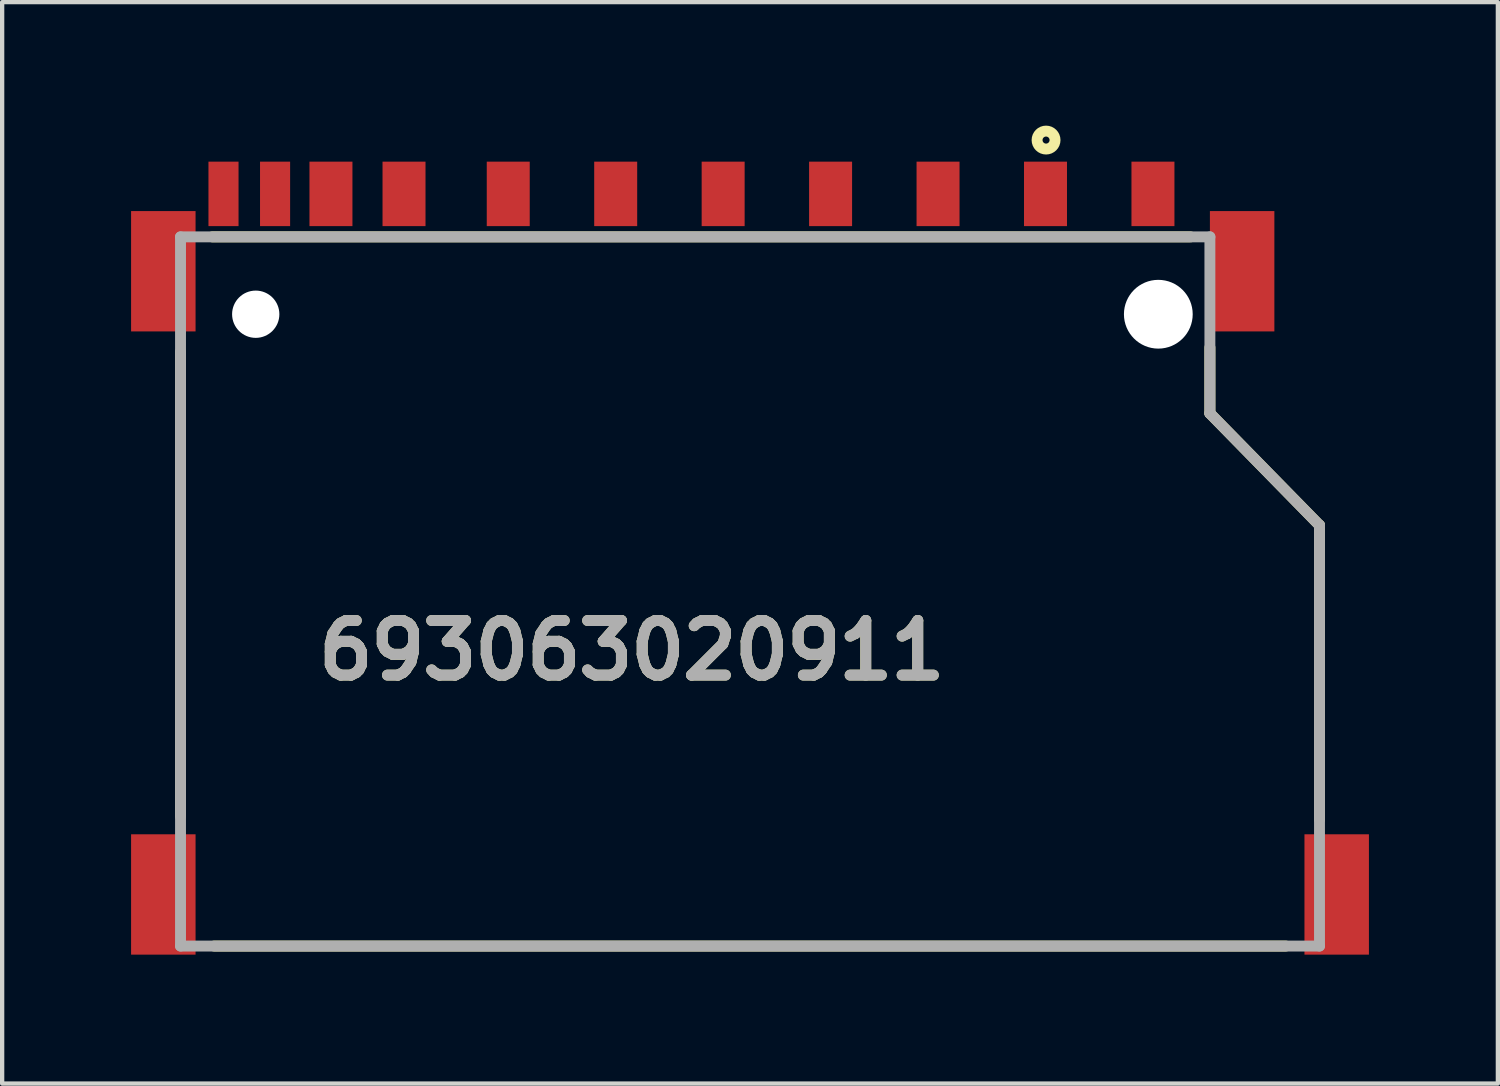
<source format=kicad_pcb>
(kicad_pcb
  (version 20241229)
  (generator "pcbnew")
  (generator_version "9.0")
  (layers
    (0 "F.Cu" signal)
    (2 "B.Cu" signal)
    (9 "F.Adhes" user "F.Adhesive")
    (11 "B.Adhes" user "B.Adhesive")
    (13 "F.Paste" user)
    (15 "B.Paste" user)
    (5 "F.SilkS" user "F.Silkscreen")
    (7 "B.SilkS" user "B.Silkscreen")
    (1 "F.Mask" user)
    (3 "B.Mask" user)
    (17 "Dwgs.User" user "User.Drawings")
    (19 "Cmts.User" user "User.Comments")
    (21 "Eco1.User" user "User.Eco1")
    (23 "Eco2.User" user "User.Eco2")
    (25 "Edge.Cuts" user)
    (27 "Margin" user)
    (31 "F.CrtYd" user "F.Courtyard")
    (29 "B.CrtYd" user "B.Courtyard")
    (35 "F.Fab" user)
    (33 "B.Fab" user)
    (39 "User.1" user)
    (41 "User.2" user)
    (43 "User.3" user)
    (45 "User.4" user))
  (footprint "693063020911"
    (layer "F.Cu")
    (at 14.4 2.461)
    (property "Reference" "693063020911" (at -2.75 9.622 0) (layer "F.SilkS") (effects (font (size 1.27 1.27) (thickness 0.254))))
    (attr through_hole)
    (fp_line (start -13.25 2.675) (end -13.25 13.477) (stroke (width 0.254) (type solid)) (layer "F.SilkS"))
    (fp_line (start -12.511 0) (end 10.25 0) (stroke (width 0.254) (type solid)) (layer "F.SilkS"))
    (fp_line (start -12.468 16.5) (end 12.466 16.5) (stroke (width 0.254) (type solid)) (layer "F.SilkS"))
    (fp_line (start 10.7 4.106) (end 10.7 2.574) (stroke (width 0.254) (type solid)) (layer "F.SilkS"))
    (fp_line (start 10.7 4.106) (end 13.25 6.71) (stroke (width 0.254) (type solid)) (layer "F.SilkS"))
    (fp_line (start 13.25 6.71) (end 13.25 13.557) (stroke (width 0.254) (type solid)) (layer "F.SilkS"))
    (fp_circle (center 6.888 -2.252) (end 6.888 -2.17) (stroke (width 0.254) (type solid)) (fill no) (layer "F.SilkS"))
    (fp_line (start -13.25 0) (end -13.25 16.5) (stroke (width 0.254) (type solid)) (layer "F.Fab"))
    (fp_line (start -13.25 0) (end 10.7 0) (stroke (width 0.254) (type solid)) (layer "F.Fab"))
    (fp_line (start -13.25 16.5) (end 13.25 16.5) (stroke (width 0.254) (type solid)) (layer "F.Fab"))
    (fp_line (start 10.7 0) (end 10.7 4.106) (stroke (width 0.254) (type solid)) (layer "F.Fab"))
    (fp_line (start 10.7 4.106) (end 13.25 6.71) (stroke (width 0.254) (type solid)) (layer "F.Fab"))
    (fp_line (start 13.25 16.5) (end 13.25 6.71) (stroke (width 0.254) (type solid)) (layer "F.Fab"))
    (fp_text user "${REFERENCE}" (at -2.75 9.622 0) (layer "F.Fab") (effects (font (size 1.27 1.27) (thickness 0.254))))
    (pad "" np_thru_hole circle (at -11.5 1.8) (size 1.1 1.1) (drill 1.1) (layers "*.Cu" "*.Mask"))
    (pad "" np_thru_hole circle (at 9.5 1.8) (size 1.6 1.6) (drill 1.6) (layers "*.Cu" "*.Mask"))
    (pad "1" smd rect (at 6.875 -1) (size 1 1.5) (layers "F.Cu" "F.Mask" "F.Paste"))
    (pad "2" smd rect (at 4.375 -1) (size 1 1.5) (layers "F.Cu" "F.Mask" "F.Paste"))
    (pad "3" smd rect (at 1.875 -1) (size 1 1.5) (layers "F.Cu" "F.Mask" "F.Paste"))
    (pad "4" smd rect (at -0.625 -1) (size 1 1.5) (layers "F.Cu" "F.Mask" "F.Paste"))
    (pad "5" smd rect (at -3.125 -1) (size 1 1.5) (layers "F.Cu" "F.Mask" "F.Paste"))
    (pad "6" smd rect (at -5.625 -1) (size 1 1.5) (layers "F.Cu" "F.Mask" "F.Paste"))
    (pad "7" smd rect (at -8.05 -1) (size 1 1.5) (layers "F.Cu" "F.Mask" "F.Paste"))
    (pad "8" smd rect (at -9.75 -1) (size 1 1.5) (layers "F.Cu" "F.Mask" "F.Paste"))
    (pad "9" smd rect (at 9.375 -1) (size 1 1.5) (layers "F.Cu" "F.Mask" "F.Paste"))
    (pad "10" smd rect (at -11.05 -1) (size 0.7 1.5) (layers "F.Cu" "F.Mask" "F.Paste"))
    (pad "11" smd rect (at -12.25 -1) (size 0.7 1.5) (layers "F.Cu" "F.Mask" "F.Paste"))
    (pad "12" smd rect (at -13.65 0.8) (size 1.5 2.8) (layers "F.Cu" "F.Mask" "F.Paste"))
    (pad "13" smd rect (at 11.45 0.8) (size 1.5 2.8) (layers "F.Cu" "F.Mask" "F.Paste"))
    (pad "14" smd rect (at -13.65 15.3) (size 1.5 2.8) (layers "F.Cu" "F.Mask" "F.Paste"))
    (pad "15" smd rect (at 13.65 15.3) (size 1.5 2.8) (layers "F.Cu" "F.Mask" "F.Paste")))
  (gr_rect
    (start -3 -3)
    (end 31.8 22.161)
    (stroke (width 0.1) (type default))
    (fill no)
    (layer "Edge.Cuts")))
</source>
